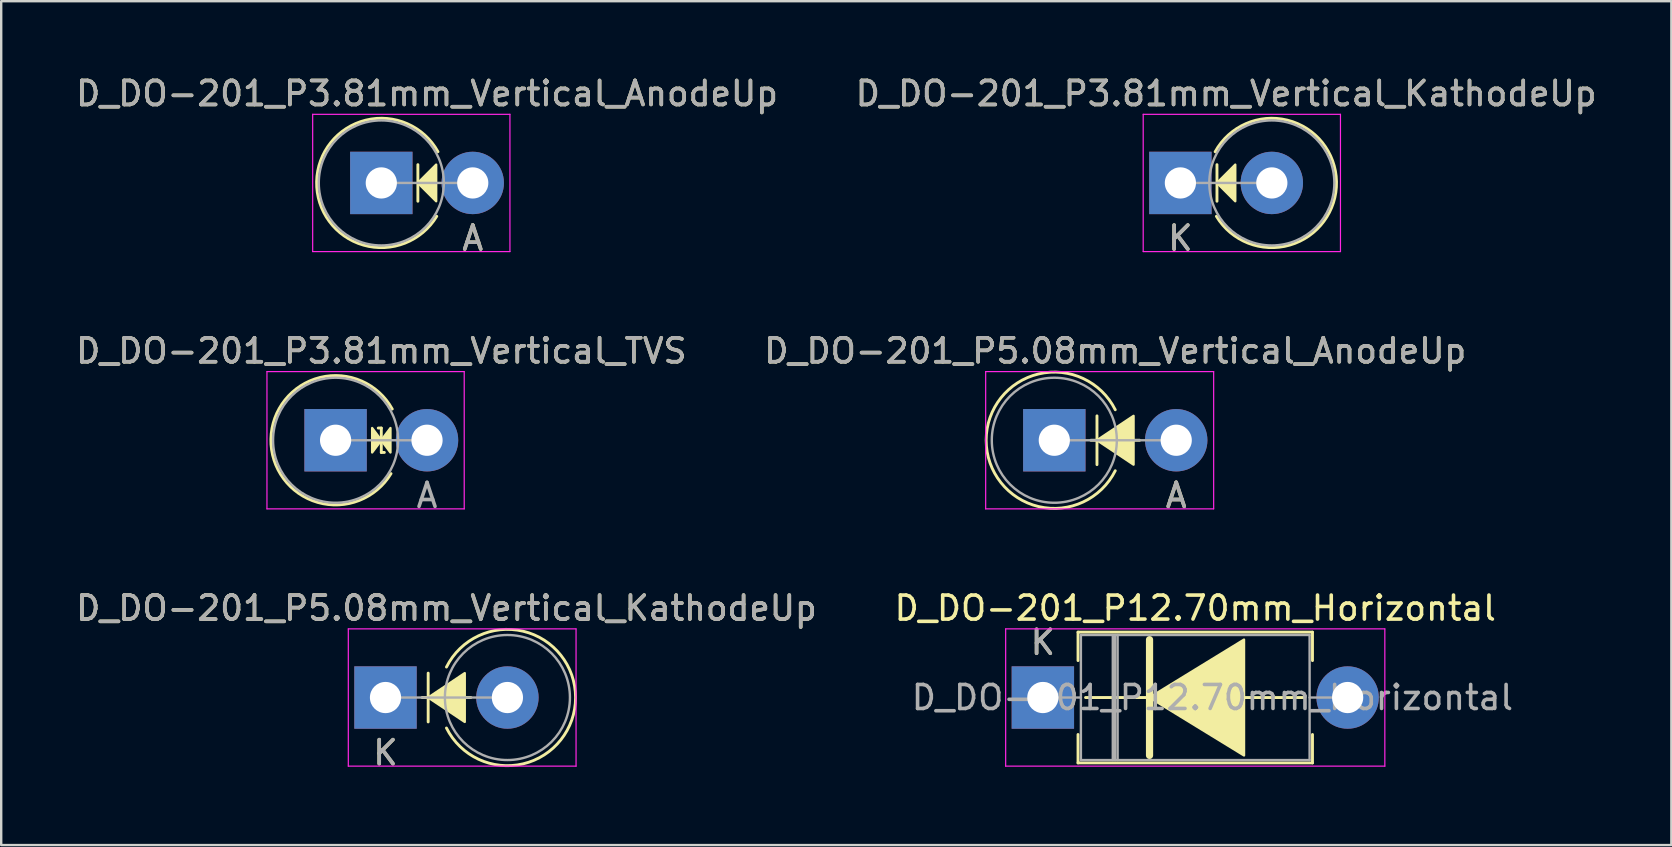
<source format=kicad_pcb>
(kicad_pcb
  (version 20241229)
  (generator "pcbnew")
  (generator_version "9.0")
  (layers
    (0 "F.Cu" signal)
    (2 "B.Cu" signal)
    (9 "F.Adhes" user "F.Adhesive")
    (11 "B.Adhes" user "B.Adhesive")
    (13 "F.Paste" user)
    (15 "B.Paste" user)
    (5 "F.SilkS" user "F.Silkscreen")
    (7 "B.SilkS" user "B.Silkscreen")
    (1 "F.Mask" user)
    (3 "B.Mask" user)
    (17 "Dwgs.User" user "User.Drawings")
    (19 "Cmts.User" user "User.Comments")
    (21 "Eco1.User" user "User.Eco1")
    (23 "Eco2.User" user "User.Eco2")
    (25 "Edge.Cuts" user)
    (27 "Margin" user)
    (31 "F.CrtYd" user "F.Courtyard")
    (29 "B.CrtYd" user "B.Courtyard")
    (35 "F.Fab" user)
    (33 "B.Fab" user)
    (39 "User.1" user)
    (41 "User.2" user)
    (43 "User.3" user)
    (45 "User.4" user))
  (footprint "D_DO-201_P3.81mm_Vertical_TVS"
    (layer "F.Cu")
    (at 10.934 15.295)
    (property "Reference" "D_DO-201_P3.81mm_Vertical_TVS" (at 1.905 -3.725 0) (layer "F.SilkS") (effects (font (size 1 1) (thickness 0.15))))
    (attr through_hole)
    (fp_line (start 1.778 -0.508) (end 1.905 -0.508) (stroke (width 0.12) (type solid)) (layer "F.SilkS"))
    (fp_line (start 1.905 -0.508) (end 1.905 0.508) (stroke (width 0.12) (type solid)) (layer "F.SilkS"))
    (fp_line (start 1.905 0.508) (end 2.032 0.508) (stroke (width 0.12) (type solid)) (layer "F.SilkS"))
    (fp_arc (start 2.30942 1.390181) (mid -2.695054 -0.052035) (end 2.361361 -1.3) (stroke (width 0.12) (type solid)) (layer "F.SilkS"))
    (fp_poly (pts (xy 1.524 -0.508) (xy 1.905 0) (xy 1.524 0.508)) (stroke (width 0.1) (type solid)) (fill yes) (layer "F.SilkS"))
    (fp_poly (pts (xy 2.286 0.508) (xy 1.905 0) (xy 2.286 -0.508)) (stroke (width 0.1) (type solid)) (fill yes) (layer "F.SilkS"))
    (fp_line (start -2.86 -2.86) (end -2.86 2.86) (stroke (width 0.05) (type solid)) (layer "F.CrtYd"))
    (fp_line (start -2.86 2.86) (end 5.36 2.86) (stroke (width 0.05) (type solid)) (layer "F.CrtYd"))
    (fp_line (start 5.36 -2.86) (end -2.86 -2.86) (stroke (width 0.05) (type solid)) (layer "F.CrtYd"))
    (fp_line (start 5.36 2.86) (end 5.36 -2.86) (stroke (width 0.05) (type solid)) (layer "F.CrtYd"))
    (fp_line (start 0 0) (end 3.81 0) (stroke (width 0.1) (type solid)) (layer "F.Fab"))
    (fp_circle (center 0 0) (end 2.605 0) (stroke (width 0.1) (type solid)) (fill no) (layer "F.Fab"))
    (fp_text user "${REFERENCE}" (at 1.905 -3.725 0) (layer "F.Fab") (effects (font (size 1 1) (thickness 0.15))))
    (fp_text user "A" (at 3.81 2.3 0) (layer "F.Fab") (effects (font (size 1 1) (thickness 0.15))))
    (pad "1" thru_hole rect (at 0 0) (size 2.6 2.6) (drill 1.3) (layers "*.Cu" "*.Mask"))
    (pad "2" thru_hole oval (at 3.81 0) (size 2.6 2.6) (drill 1.3) (layers "*.Cu" "*.Mask")))
  (footprint "D_DO-201_P5.08mm_Vertical_AnodeUp"
    (layer "F.Cu")
    (at 40.883 15.295)
    (property "Reference" "D_DO-201_P5.08mm_Vertical_AnodeUp" (at 2.54 -3.725 0) (layer "F.SilkS") (effects (font (size 1 1) (thickness 0.15))))
    (attr through_hole)
    (fp_line (start 1.524 0) (end 3.556 0) (stroke (width 0.12) (type solid)) (layer "F.SilkS"))
    (fp_line (start 1.778 1.016) (end 1.778 -1.016) (stroke (width 0.12) (type solid)) (layer "F.SilkS"))
    (fp_arc (start 2.539999 1.27) (mid -2.839805 0.000001) (end 2.539999 -1.269999) (stroke (width 0.12) (type solid)) (layer "F.SilkS"))
    (fp_poly (pts (xy 3.302 1.016) (xy 1.778 0) (xy 3.302 -1.016)) (stroke (width 0.1) (type solid)) (fill yes) (layer "F.SilkS"))
    (fp_line (start -2.86 -2.86) (end -2.86 2.86) (stroke (width 0.05) (type solid)) (layer "F.CrtYd"))
    (fp_line (start -2.86 2.86) (end 6.64 2.86) (stroke (width 0.05) (type solid)) (layer "F.CrtYd"))
    (fp_line (start 6.64 -2.86) (end -2.86 -2.86) (stroke (width 0.05) (type solid)) (layer "F.CrtYd"))
    (fp_line (start 6.64 2.86) (end 6.64 -2.86) (stroke (width 0.05) (type solid)) (layer "F.CrtYd"))
    (fp_line (start 0 0) (end 5.08 0) (stroke (width 0.1) (type solid)) (layer "F.Fab"))
    (fp_circle (center 0 0) (end 2.605 0) (stroke (width 0.1) (type solid)) (fill no) (layer "F.Fab"))
    (fp_text user "A" (at 5.08 2.3 0) (layer "F.SilkS") (effects (font (size 1 1) (thickness 0.15))))
    (fp_text user "${REFERENCE}" (at 2.54 -3.725 0) (layer "F.Fab") (effects (font (size 1 1) (thickness 0.15))))
    (fp_text user "A" (at 5.08 2.3 0) (layer "F.Fab") (effects (font (size 1 1) (thickness 0.15))))
    (pad "1" thru_hole rect (at 0 0) (size 2.6 2.6) (drill 1.3) (layers "*.Cu" "*.Mask"))
    (pad "2" thru_hole oval (at 5.08 0) (size 2.6 2.6) (drill 1.3) (layers "*.Cu" "*.Mask")))
  (footprint "D_DO-201_P3.81mm_Vertical_KathodeUp"
    (layer "F.Cu")
    (at 46.137 4.573)
    (property "Reference" "D_DO-201_P3.81mm_Vertical_KathodeUp" (at 1.905 -3.725 0) (layer "F.SilkS") (effects (font (size 1 1) (thickness 0.15))))
    (attr through_hole)
    (fp_line (start 1.524 -0.762) (end 1.524 0.762) (stroke (width 0.12) (type solid)) (layer "F.SilkS"))
    (fp_arc (start 1.448639 -1.3) (mid 6.505054 -0.052035) (end 1.50058 1.390181) (stroke (width 0.12) (type solid)) (layer "F.SilkS"))
    (fp_poly (pts (xy 2.286 0.762) (xy 1.524 0) (xy 2.286 -0.762)) (stroke (width 0.1) (type solid)) (fill yes) (layer "F.SilkS"))
    (fp_line (start -1.55 -2.86) (end -1.55 2.86) (stroke (width 0.05) (type solid)) (layer "F.CrtYd"))
    (fp_line (start -1.55 2.86) (end 6.67 2.86) (stroke (width 0.05) (type solid)) (layer "F.CrtYd"))
    (fp_line (start 6.67 -2.86) (end -1.55 -2.86) (stroke (width 0.05) (type solid)) (layer "F.CrtYd"))
    (fp_line (start 6.67 2.86) (end 6.67 -2.86) (stroke (width 0.05) (type solid)) (layer "F.CrtYd"))
    (fp_line (start 0 0) (end 3.81 0) (stroke (width 0.1) (type solid)) (layer "F.Fab"))
    (fp_circle (center 3.81 0) (end 6.415 0) (stroke (width 0.1) (type solid)) (fill no) (layer "F.Fab"))
    (fp_text user "K" (at 0 2.3 0) (layer "F.SilkS") (effects (font (size 1 1) (thickness 0.15))))
    (fp_text user "${REFERENCE}" (at 1.905 -3.725 0) (layer "F.Fab") (effects (font (size 1 1) (thickness 0.15))))
    (fp_text user "K" (at 0 2.3 0) (layer "F.Fab") (effects (font (size 1 1) (thickness 0.15))))
    (pad "1" thru_hole rect (at 0 0) (size 2.6 2.6) (drill 1.3) (layers "*.Cu" "*.Mask"))
    (pad "2" thru_hole oval (at 3.81 0) (size 2.6 2.6) (drill 1.3) (layers "*.Cu" "*.Mask")))
  (footprint "D_DO-201_P5.08mm_Vertical_KathodeUp"
    (layer "F.Cu")
    (at 13.014 26.016)
    (property "Reference" "D_DO-201_P5.08mm_Vertical_KathodeUp" (at 2.54 -3.725 0) (layer "F.SilkS") (effects (font (size 1 1) (thickness 0.15))))
    (attr through_hole)
    (fp_line (start 1.524 0) (end 3.556 0) (stroke (width 0.12) (type solid)) (layer "F.SilkS"))
    (fp_line (start 1.778 1.016) (end 1.778 -1.016) (stroke (width 0.12) (type solid)) (layer "F.SilkS"))
    (fp_arc (start 2.539999 -1.269999) (mid 7.919803 0.000001) (end 2.539999 1.27) (stroke (width 0.12) (type solid)) (layer "F.SilkS"))
    (fp_poly (pts (xy 3.302 1.016) (xy 1.778 0) (xy 3.302 -1.016)) (stroke (width 0.1) (type solid)) (fill yes) (layer "F.SilkS"))
    (fp_line (start -1.55 -2.86) (end -1.55 2.86) (stroke (width 0.05) (type solid)) (layer "F.CrtYd"))
    (fp_line (start -1.55 2.86) (end 7.94 2.86) (stroke (width 0.05) (type solid)) (layer "F.CrtYd"))
    (fp_line (start 7.94 -2.86) (end -1.55 -2.86) (stroke (width 0.05) (type solid)) (layer "F.CrtYd"))
    (fp_line (start 7.94 2.86) (end 7.94 -2.86) (stroke (width 0.05) (type solid)) (layer "F.CrtYd"))
    (fp_line (start 0 0) (end 5.08 0) (stroke (width 0.1) (type solid)) (layer "F.Fab"))
    (fp_circle (center 5.08 0) (end 7.685 0) (stroke (width 0.1) (type solid)) (fill no) (layer "F.Fab"))
    (fp_text user "K" (at 0 2.3 0) (layer "F.SilkS") (effects (font (size 1 1) (thickness 0.15))))
    (fp_text user "K" (at 0 2.3 0) (layer "F.Fab") (effects (font (size 1 1) (thickness 0.15))))
    (fp_text user "${REFERENCE}" (at 2.54 -3.725 0) (layer "F.Fab") (effects (font (size 1 1) (thickness 0.15))))
    (pad "1" thru_hole rect (at 0 0) (size 2.6 2.6) (drill 1.3) (layers "*.Cu" "*.Mask"))
    (pad "2" thru_hole oval (at 5.08 0) (size 2.6 2.6) (drill 1.3) (layers "*.Cu" "*.Mask")))
  (footprint "D_DO-201_P3.81mm_Vertical_AnodeUp"
    (layer "F.Cu")
    (at 12.839 4.573)
    (property "Reference" "D_DO-201_P3.81mm_Vertical_AnodeUp" (at 1.905 -3.725 0) (layer "F.SilkS") (effects (font (size 1 1) (thickness 0.15))))
    (attr through_hole)
    (fp_line (start 1.524 -0.762) (end 1.524 0.762) (stroke (width 0.12) (type solid)) (layer "F.SilkS"))
    (fp_arc (start 2.30942 1.390181) (mid -2.695054 -0.052035) (end 2.361361 -1.3) (stroke (width 0.12) (type solid)) (layer "F.SilkS"))
    (fp_poly (pts (xy 2.286 0.762) (xy 1.524 0) (xy 2.286 -0.762)) (stroke (width 0.1) (type solid)) (fill yes) (layer "F.SilkS"))
    (fp_line (start -2.86 -2.86) (end -2.86 2.86) (stroke (width 0.05) (type solid)) (layer "F.CrtYd"))
    (fp_line (start -2.86 2.86) (end 5.36 2.86) (stroke (width 0.05) (type solid)) (layer "F.CrtYd"))
    (fp_line (start 5.36 -2.86) (end -2.86 -2.86) (stroke (width 0.05) (type solid)) (layer "F.CrtYd"))
    (fp_line (start 5.36 2.86) (end 5.36 -2.86) (stroke (width 0.05) (type solid)) (layer "F.CrtYd"))
    (fp_line (start 0 0) (end 3.81 0) (stroke (width 0.1) (type solid)) (layer "F.Fab"))
    (fp_circle (center 0 0) (end 2.605 0) (stroke (width 0.1) (type solid)) (fill no) (layer "F.Fab"))
    (fp_text user "A" (at 3.81 2.3 0) (layer "F.SilkS") (effects (font (size 1 1) (thickness 0.15))))
    (fp_text user "${REFERENCE}" (at 1.905 -3.725 0) (layer "F.Fab") (effects (font (size 1 1) (thickness 0.15))))
    (fp_text user "A" (at 3.81 2.3 0) (layer "F.Fab") (effects (font (size 1 1) (thickness 0.15))))
    (pad "1" thru_hole rect (at 0 0) (size 2.6 2.6) (drill 1.3) (layers "*.Cu" "*.Mask"))
    (pad "2" thru_hole oval (at 3.81 0) (size 2.6 2.6) (drill 1.3) (layers "*.Cu" "*.Mask")))
  (footprint "D_DO-201_P12.70mm_Horizontal"
    (layer "F.Cu")
    (at 40.406 26.016)
    (property "Reference" "D_DO-201_P12.70mm_Horizontal" (at 6.35 -3.725 0) (layer "F.SilkS") (effects (font (size 1 1) (thickness 0.15))))
    (attr through_hole)
    (fp_line (start 1.465 -2.725) (end 11.235 -2.725) (stroke (width 0.12) (type solid)) (layer "F.SilkS"))
    (fp_line (start 1.465 -1.54) (end 1.465 -2.725) (stroke (width 0.12) (type solid)) (layer "F.SilkS"))
    (fp_line (start 1.465 1.54) (end 1.465 2.725) (stroke (width 0.12) (type solid)) (layer "F.SilkS"))
    (fp_line (start 1.465 2.725) (end 11.235 2.725) (stroke (width 0.12) (type solid)) (layer "F.SilkS"))
    (fp_line (start 4.445 -2.413) (end 4.445 2.413) (stroke (width 0.3) (type solid)) (layer "F.SilkS"))
    (fp_line (start 4.572 0) (end 1.778 0) (stroke (width 0.12) (type solid)) (layer "F.SilkS"))
    (fp_line (start 8.255 0) (end 10.922 0) (stroke (width 0.12) (type solid)) (layer "F.SilkS"))
    (fp_line (start 11.235 -2.725) (end 11.235 -1.54) (stroke (width 0.12) (type solid)) (layer "F.SilkS"))
    (fp_line (start 11.235 2.725) (end 11.235 1.54) (stroke (width 0.12) (type solid)) (layer "F.SilkS"))
    (fp_poly (pts (xy 8.382 2.413) (xy 4.445 0) (xy 8.382 -2.413)) (stroke (width 0.1) (type solid)) (fill yes) (layer "F.SilkS"))
    (fp_line (start -1.55 -2.86) (end -1.55 2.86) (stroke (width 0.05) (type solid)) (layer "F.CrtYd"))
    (fp_line (start -1.55 2.86) (end 14.25 2.86) (stroke (width 0.05) (type solid)) (layer "F.CrtYd"))
    (fp_line (start 14.25 -2.86) (end -1.55 -2.86) (stroke (width 0.05) (type solid)) (layer "F.CrtYd"))
    (fp_line (start 14.25 2.86) (end 14.25 -2.86) (stroke (width 0.05) (type solid)) (layer "F.CrtYd"))
    (fp_line (start 0 0) (end 1.585 0) (stroke (width 0.1) (type solid)) (layer "F.Fab"))
    (fp_line (start 1.585 -2.605) (end 1.585 2.605) (stroke (width 0.1) (type solid)) (layer "F.Fab"))
    (fp_line (start 1.585 2.605) (end 11.115 2.605) (stroke (width 0.1) (type solid)) (layer "F.Fab"))
    (fp_line (start 2.914 -2.605) (end 2.914 2.605) (stroke (width 0.1) (type solid)) (layer "F.Fab"))
    (fp_line (start 3.014 -2.605) (end 3.014 2.605) (stroke (width 0.1) (type solid)) (layer "F.Fab"))
    (fp_line (start 3.115 -2.605) (end 3.115 2.605) (stroke (width 0.1) (type solid)) (layer "F.Fab"))
    (fp_line (start 11.115 -2.605) (end 1.585 -2.605) (stroke (width 0.1) (type solid)) (layer "F.Fab"))
    (fp_line (start 11.115 2.605) (end 11.115 -2.605) (stroke (width 0.1) (type solid)) (layer "F.Fab"))
    (fp_line (start 12.7 0) (end 11.115 0) (stroke (width 0.1) (type solid)) (layer "F.Fab"))
    (fp_text user "K" (at 0 -2.3 0) (layer "F.SilkS") (effects (font (size 1 1) (thickness 0.15))))
    (fp_text user "K" (at 0 -2.3 0) (layer "F.Fab") (effects (font (size 1 1) (thickness 0.15))))
    (fp_text user "${REFERENCE}" (at 7.065 0 0) (layer "F.Fab") (effects (font (size 1 1) (thickness 0.15))))
    (pad "1" thru_hole rect (at 0 0) (size 2.6 2.6) (drill 1.3) (layers "*.Cu" "*.Mask"))
    (pad "2" thru_hole oval (at 12.7 0) (size 2.6 2.6) (drill 1.3) (layers "*.Cu" "*.Mask")))
  (gr_rect
    (start -3 -3)
    (end 66.595 32.164)
    (stroke (width 0.1) (type default))
    (fill no)
    (layer "Edge.Cuts")))
</source>
